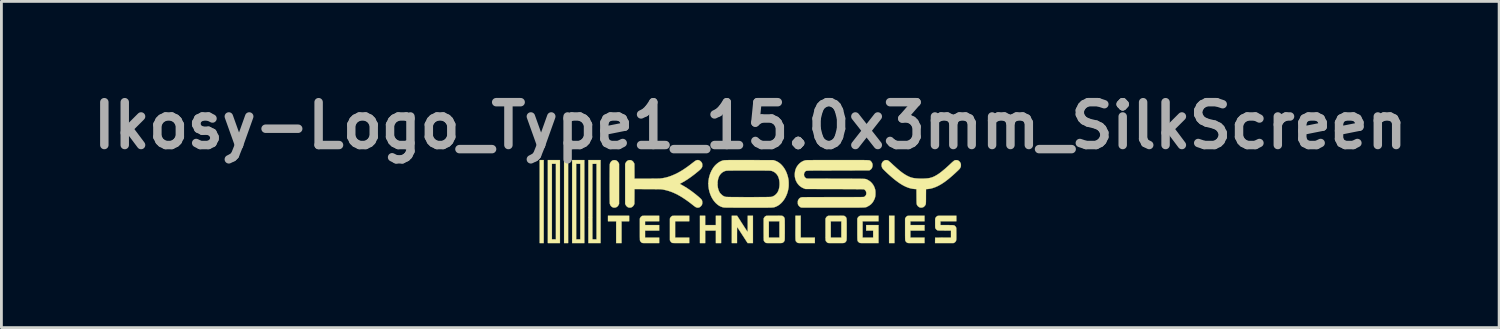
<source format=kicad_pcb>
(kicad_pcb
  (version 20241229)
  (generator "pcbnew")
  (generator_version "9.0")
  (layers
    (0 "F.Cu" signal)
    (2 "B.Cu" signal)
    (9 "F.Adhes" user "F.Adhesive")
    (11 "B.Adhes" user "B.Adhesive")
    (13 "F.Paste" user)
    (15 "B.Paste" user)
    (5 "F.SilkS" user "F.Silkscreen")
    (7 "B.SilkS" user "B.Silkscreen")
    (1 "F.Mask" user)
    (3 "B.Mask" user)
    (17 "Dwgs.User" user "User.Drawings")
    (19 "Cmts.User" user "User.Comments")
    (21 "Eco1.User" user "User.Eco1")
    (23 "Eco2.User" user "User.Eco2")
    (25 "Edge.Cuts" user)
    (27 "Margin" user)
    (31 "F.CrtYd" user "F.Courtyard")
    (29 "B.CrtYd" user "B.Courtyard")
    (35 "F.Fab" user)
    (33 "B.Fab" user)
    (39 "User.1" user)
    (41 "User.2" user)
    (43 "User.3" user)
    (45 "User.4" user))
  (footprint "Ikosy-Logo_Type1_15.0x3mm_SilkScreen"
    (layer "F.Cu")
    (at 23.629 4.118)
    (property "Reference" "Ikosy-Logo_Type1_15.0x3mm_SilkScreen" (at 0 -2.7 0) (layer "F.Fab") (effects (font (size 1.524 1.524) (thickness 0.3))))
    (attr exclude_from_pos_files exclude_from_bom)
    (fp_poly (pts (xy -7.345 1.476) (xy -7.488 1.476) (xy -7.488 -1.476) (xy -7.345 -1.476) (xy -7.345 1.476)) (stroke (width 0.01) (type solid)) (fill yes) (layer "F.SilkS"))
    (fp_poly (pts (xy -6.477 1.476) (xy -6.62 1.476) (xy -6.62 -1.476) (xy -6.477 -1.476) (xy -6.477 1.476)) (stroke (width 0.01) (type solid)) (fill yes) (layer "F.SilkS"))
    (fp_poly (pts (xy 5.128 1.476) (xy 4.937 1.476) (xy 4.937 0.503) (xy 5.128 0.503) (xy 5.128 1.476)) (stroke (width 0.01) (type solid)) (fill yes) (layer "F.SilkS"))
    (fp_poly (pts (xy -4.307 0.699) (xy -4.577 0.699) (xy -4.577 1.476) (xy -4.768 1.476) (xy -4.768 0.699) (xy -5.059 0.699) (xy -5.059 0.503) (xy -4.307 0.503) (xy -4.307 0.699)) (stroke (width 0.01) (type solid)) (fill yes) (layer "F.SilkS"))
    (fp_poly (pts (xy -6.768 1.476) (xy -7.197 1.476) (xy -7.197 -1.344) (xy -7.054 -1.344) (xy -7.054 1.344) (xy -6.911 1.344) (xy -6.911 -1.344) (xy -7.054 -1.344) (xy -7.197 -1.344) (xy -7.197 -1.476) (xy -6.768 -1.476) (xy -6.768 1.476)) (stroke (width 0.01) (type solid)) (fill yes) (layer "F.SilkS"))
    (fp_poly (pts (xy -5.9 1.476) (xy -6.334 1.476) (xy -6.334 -1.344) (xy -6.191 -1.344) (xy -6.191 1.344) (xy -6.043 1.344) (xy -6.043 -1.344) (xy -6.191 -1.344) (xy -6.334 -1.344) (xy -6.334 -1.476) (xy -5.9 -1.476) (xy -5.9 1.476)) (stroke (width 0.01) (type solid)) (fill yes) (layer "F.SilkS"))
    (fp_poly (pts (xy -1.603 0.836) (xy -1.222 0.836) (xy -1.222 0.503) (xy -1.037 0.503) (xy -1.037 1.476) (xy -1.222 1.476) (xy -1.222 1.032) (xy -1.603 1.032) (xy -1.603 1.476) (xy -1.789 1.476) (xy -1.789 0.503) (xy -1.603 0.503) (xy -1.603 0.836)) (stroke (width 0.01) (type solid)) (fill yes) (layer "F.SilkS"))
    (fp_poly (pts (xy -5.323 1.476) (xy -5.757 1.476) (xy -5.757 0.654) (xy -5.614 0.654) (xy -5.613 0.749) (xy -5.613 0.839) (xy -5.613 0.922) (xy -5.613 1) (xy -5.613 1.07) (xy -5.613 1.133) (xy -5.613 1.189) (xy -5.613 1.237) (xy -5.613 1.275) (xy -5.613 1.305) (xy -5.612 1.326) (xy -5.612 1.336) (xy -5.612 1.337) (xy -5.608 1.34) (xy -5.596 1.342) (xy -5.577 1.344) (xy -5.548 1.344) (xy -5.538 1.344) (xy -5.466 1.344) (xy -5.466 -1.344) (xy -5.539 -1.343) (xy -5.612 -1.341) (xy -5.613 -0.005) (xy -5.613 0.113) (xy -5.613 0.228) (xy -5.613 0.341) (xy -5.613 0.449) (xy -5.614 0.554) (xy -5.614 0.654) (xy -5.757 0.654) (xy -5.757 -1.476) (xy -5.323 -1.476) (xy -5.323 1.476)) (stroke (width 0.01) (type solid)) (fill yes) (layer "F.SilkS"))
    (fp_poly (pts (xy -2.17 0.699) (xy -2.672 0.699) (xy -2.672 1.281) (xy -2.17 1.281) (xy -2.17 1.476) (xy -2.462 1.476) (xy -2.528 1.476) (xy -2.584 1.476) (xy -2.631 1.476) (xy -2.67 1.475) (xy -2.702 1.474) (xy -2.726 1.474) (xy -2.745 1.473) (xy -2.759 1.472) (xy -2.769 1.47) (xy -2.775 1.469) (xy -2.801 1.454) (xy -2.824 1.432) (xy -2.843 1.403) (xy -2.845 1.4) (xy -2.857 1.373) (xy -2.857 0.606) (xy -2.845 0.579) (xy -2.829 0.553) (xy -2.806 0.531) (xy -2.782 0.514) (xy -2.768 0.509) (xy -2.759 0.507) (xy -2.743 0.506) (xy -2.718 0.505) (xy -2.685 0.504) (xy -2.643 0.504) (xy -2.591 0.503) (xy -2.53 0.503) (xy -2.459 0.503) (xy -2.17 0.503) (xy -2.17 0.699)) (stroke (width 0.01) (type solid)) (fill yes) (layer "F.SilkS"))
    (fp_poly (pts (xy 1.794 1.281) (xy 2.297 1.281) (xy 2.297 1.476) (xy 2.002 1.476) (xy 1.938 1.476) (xy 1.884 1.476) (xy 1.839 1.476) (xy 1.802 1.476) (xy 1.771 1.475) (xy 1.747 1.475) (xy 1.729 1.474) (xy 1.715 1.473) (xy 1.704 1.472) (xy 1.696 1.47) (xy 1.69 1.468) (xy 1.685 1.467) (xy 1.669 1.457) (xy 1.652 1.443) (xy 1.644 1.434) (xy 1.637 1.427) (xy 1.631 1.421) (xy 1.626 1.415) (xy 1.622 1.408) (xy 1.618 1.4) (xy 1.615 1.391) (xy 1.613 1.378) (xy 1.611 1.362) (xy 1.609 1.343) (xy 1.608 1.318) (xy 1.607 1.288) (xy 1.607 1.251) (xy 1.606 1.208) (xy 1.606 1.157) (xy 1.606 1.098) (xy 1.606 1.03) (xy 1.606 0.952) (xy 1.606 0.939) (xy 1.606 0.505) (xy 1.794 0.502) (xy 1.794 1.281)) (stroke (width 0.01) (type solid)) (fill yes) (layer "F.SilkS"))
    (fp_poly (pts (xy 0.095 1.476) (xy -0.093 1.476) (xy -0.278 1.19) (xy -0.31 1.141) (xy -0.34 1.094) (xy -0.368 1.05) (xy -0.394 1.011) (xy -0.417 0.976) (xy -0.436 0.947) (xy -0.451 0.925) (xy -0.461 0.91) (xy -0.466 0.902) (xy -0.467 0.902) (xy -0.467 0.906) (xy -0.468 0.921) (xy -0.469 0.943) (xy -0.47 0.974) (xy -0.47 1.012) (xy -0.47 1.055) (xy -0.471 1.103) (xy -0.471 1.155) (xy -0.471 1.188) (xy -0.471 1.476) (xy -0.656 1.476) (xy -0.656 0.503) (xy -0.468 0.503) (xy -0.283 0.791) (xy -0.251 0.841) (xy -0.221 0.888) (xy -0.192 0.932) (xy -0.167 0.971) (xy -0.144 1.005) (xy -0.125 1.034) (xy -0.11 1.056) (xy -0.1 1.072) (xy -0.094 1.079) (xy -0.094 1.079) (xy -0.093 1.074) (xy -0.092 1.059) (xy -0.092 1.036) (xy -0.091 1.005) (xy -0.091 0.967) (xy -0.09 0.924) (xy -0.09 0.875) (xy -0.09 0.823) (xy -0.09 0.791) (xy -0.09 0.503) (xy 0.095 0.503) (xy 0.095 1.476)) (stroke (width 0.01) (type solid)) (fill yes) (layer "F.SilkS"))
    (fp_poly (pts (xy -3.239 0.699) (xy -3.741 0.699) (xy -3.741 0.836) (xy -3.239 0.836) (xy -3.239 1.032) (xy -3.741 1.032) (xy -3.741 1.281) (xy -3.239 1.281) (xy -3.239 1.476) (xy -3.534 1.476) (xy -3.597 1.476) (xy -3.651 1.476) (xy -3.696 1.476) (xy -3.733 1.476) (xy -3.764 1.475) (xy -3.788 1.475) (xy -3.806 1.474) (xy -3.82 1.473) (xy -3.831 1.472) (xy -3.839 1.47) (xy -3.845 1.468) (xy -3.85 1.466) (xy -3.871 1.453) (xy -3.891 1.434) (xy -3.908 1.411) (xy -3.919 1.39) (xy -3.92 1.387) (xy -3.921 1.38) (xy -3.923 1.365) (xy -3.924 1.344) (xy -3.924 1.316) (xy -3.925 1.279) (xy -3.926 1.234) (xy -3.926 1.181) (xy -3.926 1.118) (xy -3.926 1.045) (xy -3.926 0.986) (xy -3.926 0.606) (xy -3.914 0.579) (xy -3.898 0.553) (xy -3.875 0.531) (xy -3.85 0.514) (xy -3.837 0.509) (xy -3.828 0.507) (xy -3.811 0.506) (xy -3.787 0.505) (xy -3.754 0.504) (xy -3.712 0.504) (xy -3.66 0.503) (xy -3.599 0.503) (xy -3.528 0.503) (xy -3.239 0.503) (xy -3.239 0.699)) (stroke (width 0.01) (type solid)) (fill yes) (layer "F.SilkS"))
    (fp_poly (pts (xy 6.197 0.699) (xy 5.694 0.699) (xy 5.694 0.836) (xy 6.197 0.836) (xy 6.197 1.032) (xy 5.694 1.032) (xy 5.694 1.281) (xy 6.197 1.281) (xy 6.197 1.476) (xy 5.902 1.476) (xy 5.838 1.476) (xy 5.784 1.476) (xy 5.739 1.476) (xy 5.702 1.476) (xy 5.671 1.475) (xy 5.647 1.475) (xy 5.629 1.474) (xy 5.615 1.473) (xy 5.604 1.472) (xy 5.596 1.47) (xy 5.59 1.468) (xy 5.585 1.466) (xy 5.564 1.453) (xy 5.543 1.433) (xy 5.525 1.411) (xy 5.514 1.389) (xy 5.513 1.389) (xy 5.512 1.383) (xy 5.511 1.374) (xy 5.51 1.361) (xy 5.509 1.343) (xy 5.508 1.32) (xy 5.507 1.291) (xy 5.507 1.256) (xy 5.506 1.213) (xy 5.506 1.161) (xy 5.506 1.101) (xy 5.506 1.032) (xy 5.506 0.987) (xy 5.506 0.606) (xy 5.518 0.581) (xy 5.533 0.558) (xy 5.553 0.536) (xy 5.575 0.519) (xy 5.596 0.509) (xy 5.597 0.508) (xy 5.607 0.507) (xy 5.629 0.506) (xy 5.66 0.505) (xy 5.701 0.504) (xy 5.753 0.503) (xy 5.814 0.503) (xy 5.884 0.503) (xy 5.907 0.503) (xy 6.197 0.503) (xy 6.197 0.699)) (stroke (width 0.01) (type solid)) (fill yes) (layer "F.SilkS"))
    (fp_poly (pts (xy -4.798 -1.472) (xy -4.767 -1.463) (xy -4.76 -1.46) (xy -4.725 -1.435) (xy -4.696 -1.402) (xy -4.679 -1.373) (xy -4.665 -1.341) (xy -4.665 0.082) (xy -4.679 0.112) (xy -4.702 0.15) (xy -4.73 0.18) (xy -4.764 0.201) (xy -4.803 0.213) (xy -4.82 0.215) (xy -4.849 0.215) (xy -4.873 0.211) (xy -4.882 0.208) (xy -4.918 0.189) (xy -4.949 0.163) (xy -4.973 0.129) (xy -4.989 0.089) (xy -4.995 0.066) (xy -4.996 0.056) (xy -4.997 0.036) (xy -4.997 0.008) (xy -4.998 -0.029) (xy -4.999 -0.074) (xy -4.999 -0.125) (xy -5 -0.182) (xy -5 -0.244) (xy -5 -0.31) (xy -5.001 -0.38) (xy -5.001 -0.452) (xy -5.001 -0.526) (xy -5.001 -0.602) (xy -5.001 -0.677) (xy -5.001 -0.752) (xy -5.001 -0.826) (xy -5 -0.898) (xy -5 -0.967) (xy -5 -1.032) (xy -4.999 -1.093) (xy -4.999 -1.148) (xy -4.998 -1.198) (xy -4.998 -1.24) (xy -4.997 -1.275) (xy -4.996 -1.302) (xy -4.996 -1.319) (xy -4.995 -1.326) (xy -4.983 -1.367) (xy -4.963 -1.404) (xy -4.936 -1.435) (xy -4.905 -1.458) (xy -4.896 -1.462) (xy -4.866 -1.471) (xy -4.832 -1.474) (xy -4.798 -1.472)) (stroke (width 0.01) (type solid)) (fill yes) (layer "F.SilkS"))
    (fp_poly (pts (xy 4.561 0.699) (xy 3.995 0.699) (xy 3.995 1.281) (xy 4.371 1.281) (xy 4.371 1.032) (xy 4.122 1.032) (xy 4.122 0.836) (xy 4.561 0.836) (xy 4.561 1.476) (xy 4.235 1.476) (xy 4.167 1.476) (xy 4.11 1.476) (xy 4.061 1.476) (xy 4.021 1.476) (xy 3.988 1.475) (xy 3.961 1.475) (xy 3.94 1.474) (xy 3.924 1.473) (xy 3.911 1.472) (xy 3.902 1.471) (xy 3.895 1.47) (xy 3.89 1.468) (xy 3.887 1.467) (xy 3.871 1.457) (xy 3.854 1.443) (xy 3.845 1.434) (xy 3.838 1.427) (xy 3.832 1.42) (xy 3.827 1.413) (xy 3.822 1.406) (xy 3.819 1.398) (xy 3.816 1.387) (xy 3.813 1.374) (xy 3.811 1.357) (xy 3.81 1.335) (xy 3.809 1.308) (xy 3.808 1.276) (xy 3.808 1.236) (xy 3.807 1.189) (xy 3.807 1.134) (xy 3.807 1.07) (xy 3.807 0.996) (xy 3.807 0.606) (xy 3.82 0.581) (xy 3.836 0.556) (xy 3.857 0.534) (xy 3.881 0.517) (xy 3.899 0.509) (xy 3.907 0.507) (xy 3.923 0.506) (xy 3.945 0.505) (xy 3.976 0.504) (xy 4.014 0.504) (xy 4.062 0.503) (xy 4.119 0.503) (xy 4.185 0.503) (xy 4.241 0.503) (xy 4.561 0.503) (xy 4.561 0.699)) (stroke (width 0.01) (type solid)) (fill yes) (layer "F.SilkS"))
    (fp_poly (pts (xy 7.329 0.699) (xy 6.763 0.699) (xy 6.763 0.836) (xy 6.992 0.836) (xy 7.05 0.836) (xy 7.098 0.837) (xy 7.138 0.837) (xy 7.17 0.838) (xy 7.196 0.839) (xy 7.216 0.84) (xy 7.232 0.843) (xy 7.245 0.846) (xy 7.255 0.849) (xy 7.264 0.854) (xy 7.272 0.86) (xy 7.278 0.864) (xy 7.29 0.876) (xy 7.303 0.893) (xy 7.311 0.906) (xy 7.326 0.934) (xy 7.328 1.14) (xy 7.328 1.206) (xy 7.328 1.261) (xy 7.328 1.305) (xy 7.327 1.338) (xy 7.325 1.362) (xy 7.324 1.373) (xy 7.312 1.405) (xy 7.292 1.433) (xy 7.267 1.456) (xy 7.253 1.463) (xy 7.226 1.476) (xy 6.572 1.476) (xy 6.573 1.38) (xy 6.575 1.283) (xy 6.857 1.282) (xy 7.138 1.28) (xy 7.138 1.032) (xy 6.904 1.031) (xy 6.848 1.03) (xy 6.802 1.03) (xy 6.764 1.03) (xy 6.734 1.029) (xy 6.71 1.028) (xy 6.692 1.028) (xy 6.679 1.026) (xy 6.669 1.025) (xy 6.661 1.023) (xy 6.655 1.021) (xy 6.65 1.018) (xy 6.649 1.018) (xy 6.621 0.998) (xy 6.597 0.97) (xy 6.587 0.953) (xy 6.584 0.946) (xy 6.581 0.939) (xy 6.579 0.931) (xy 6.577 0.92) (xy 6.576 0.906) (xy 6.576 0.887) (xy 6.575 0.862) (xy 6.575 0.83) (xy 6.575 0.788) (xy 6.575 0.767) (xy 6.575 0.722) (xy 6.575 0.685) (xy 6.575 0.657) (xy 6.576 0.635) (xy 6.577 0.619) (xy 6.578 0.607) (xy 6.58 0.598) (xy 6.583 0.591) (xy 6.586 0.584) (xy 6.587 0.581) (xy 6.603 0.557) (xy 6.624 0.535) (xy 6.647 0.518) (xy 6.666 0.509) (xy 6.675 0.507) (xy 6.69 0.506) (xy 6.713 0.505) (xy 6.743 0.504) (xy 6.782 0.504) (xy 6.829 0.503) (xy 6.886 0.503) (xy 6.953 0.503) (xy 7.008 0.503) (xy 7.329 0.503) (xy 7.329 0.699)) (stroke (width 0.01) (type solid)) (fill yes) (layer "F.SilkS"))
    (fp_poly (pts (xy 0.795 0.503) (xy 0.863 0.504) (xy 1.135 0.505) (xy 1.159 0.52) (xy 1.177 0.532) (xy 1.193 0.547) (xy 1.198 0.553) (xy 1.203 0.56) (xy 1.208 0.567) (xy 1.212 0.574) (xy 1.216 0.582) (xy 1.219 0.592) (xy 1.221 0.604) (xy 1.223 0.62) (xy 1.225 0.64) (xy 1.226 0.665) (xy 1.227 0.696) (xy 1.227 0.733) (xy 1.227 0.777) (xy 1.228 0.829) (xy 1.228 0.89) (xy 1.228 0.961) (xy 1.228 0.989) (xy 1.228 1.062) (xy 1.228 1.125) (xy 1.227 1.179) (xy 1.227 1.225) (xy 1.227 1.263) (xy 1.226 1.294) (xy 1.226 1.319) (xy 1.225 1.34) (xy 1.224 1.356) (xy 1.223 1.368) (xy 1.222 1.377) (xy 1.22 1.384) (xy 1.219 1.389) (xy 1.207 1.413) (xy 1.188 1.437) (xy 1.166 1.456) (xy 1.144 1.468) (xy 1.14 1.47) (xy 1.131 1.471) (xy 1.116 1.473) (xy 1.095 1.474) (xy 1.066 1.475) (xy 1.029 1.475) (xy 0.984 1.476) (xy 0.929 1.476) (xy 0.865 1.476) (xy 0.846 1.476) (xy 0.785 1.476) (xy 0.734 1.476) (xy 0.691 1.476) (xy 0.656 1.476) (xy 0.629 1.475) (xy 0.607 1.474) (xy 0.59 1.474) (xy 0.577 1.473) (xy 0.568 1.471) (xy 0.561 1.469) (xy 0.555 1.467) (xy 0.553 1.466) (xy 0.532 1.453) (xy 0.512 1.434) (xy 0.494 1.411) (xy 0.483 1.39) (xy 0.482 1.387) (xy 0.481 1.38) (xy 0.48 1.365) (xy 0.479 1.344) (xy 0.478 1.316) (xy 0.478 1.279) (xy 0.477 1.234) (xy 0.477 1.181) (xy 0.476 1.118) (xy 0.476 1.045) (xy 0.476 0.986) (xy 0.476 0.699) (xy 0.661 0.699) (xy 0.661 1.281) (xy 1.037 1.281) (xy 1.037 0.699) (xy 0.661 0.699) (xy 0.476 0.699) (xy 0.476 0.606) (xy 0.489 0.579) (xy 0.506 0.553) (xy 0.528 0.53) (xy 0.554 0.514) (xy 0.568 0.508) (xy 0.577 0.507) (xy 0.593 0.506) (xy 0.617 0.505) (xy 0.648 0.504) (xy 0.688 0.504) (xy 0.737 0.503) (xy 0.795 0.503)) (stroke (width 0.01) (type solid)) (fill yes) (layer "F.SilkS"))
    (fp_poly (pts (xy 2.989 0.503) (xy 3.055 0.504) (xy 3.064 0.504) (xy 3.336 0.505) (xy 3.361 0.52) (xy 3.378 0.532) (xy 3.394 0.547) (xy 3.399 0.553) (xy 3.405 0.56) (xy 3.41 0.567) (xy 3.414 0.574) (xy 3.417 0.582) (xy 3.42 0.592) (xy 3.423 0.604) (xy 3.424 0.62) (xy 3.426 0.64) (xy 3.427 0.665) (xy 3.428 0.696) (xy 3.428 0.733) (xy 3.429 0.777) (xy 3.429 0.829) (xy 3.429 0.89) (xy 3.429 0.961) (xy 3.429 0.989) (xy 3.429 1.062) (xy 3.429 1.125) (xy 3.429 1.179) (xy 3.429 1.225) (xy 3.428 1.263) (xy 3.428 1.294) (xy 3.427 1.319) (xy 3.426 1.34) (xy 3.426 1.356) (xy 3.425 1.368) (xy 3.423 1.377) (xy 3.422 1.384) (xy 3.42 1.389) (xy 3.408 1.413) (xy 3.39 1.437) (xy 3.368 1.456) (xy 3.345 1.468) (xy 3.341 1.47) (xy 3.332 1.471) (xy 3.318 1.473) (xy 3.296 1.474) (xy 3.267 1.475) (xy 3.231 1.475) (xy 3.185 1.476) (xy 3.131 1.476) (xy 3.066 1.476) (xy 3.047 1.476) (xy 2.986 1.476) (xy 2.935 1.476) (xy 2.892 1.476) (xy 2.858 1.476) (xy 2.83 1.475) (xy 2.808 1.474) (xy 2.791 1.474) (xy 2.779 1.473) (xy 2.769 1.471) (xy 2.762 1.469) (xy 2.756 1.467) (xy 2.754 1.467) (xy 2.733 1.453) (xy 2.712 1.432) (xy 2.693 1.409) (xy 2.684 1.393) (xy 2.683 1.389) (xy 2.681 1.383) (xy 2.68 1.376) (xy 2.679 1.366) (xy 2.678 1.353) (xy 2.677 1.335) (xy 2.676 1.313) (xy 2.676 1.285) (xy 2.675 1.251) (xy 2.675 1.21) (xy 2.675 1.16) (xy 2.675 1.103) (xy 2.675 1.035) (xy 2.675 0.992) (xy 2.675 0.699) (xy 2.863 0.699) (xy 2.863 1.281) (xy 3.239 1.281) (xy 3.239 0.699) (xy 2.863 0.699) (xy 2.675 0.699) (xy 2.675 0.611) (xy 2.688 0.583) (xy 2.704 0.556) (xy 2.726 0.533) (xy 2.751 0.516) (xy 2.769 0.508) (xy 2.778 0.507) (xy 2.793 0.506) (xy 2.816 0.505) (xy 2.846 0.504) (xy 2.885 0.504) (xy 2.932 0.503) (xy 2.989 0.503)) (stroke (width 0.01) (type solid)) (fill yes) (layer "F.SilkS"))
    (fp_poly (pts (xy -1.846 -1.475) (xy -1.813 -1.466) (xy -1.782 -1.447) (xy -1.759 -1.427) (xy -1.734 -1.399) (xy -1.717 -1.371) (xy -1.708 -1.34) (xy -1.705 -1.305) (xy -1.705 -1.283) (xy -1.707 -1.261) (xy -1.71 -1.24) (xy -1.716 -1.221) (xy -1.726 -1.203) (xy -1.739 -1.184) (xy -1.757 -1.163) (xy -1.78 -1.139) (xy -1.81 -1.112) (xy -1.847 -1.08) (xy -1.888 -1.047) (xy -1.996 -0.96) (xy -2.101 -0.881) (xy -2.203 -0.81) (xy -2.305 -0.744) (xy -2.409 -0.683) (xy -2.459 -0.656) (xy -2.478 -0.645) (xy -2.493 -0.637) (xy -2.501 -0.631) (xy -2.503 -0.63) (xy -2.498 -0.626) (xy -2.487 -0.619) (xy -2.469 -0.609) (xy -2.454 -0.601) (xy -2.336 -0.534) (xy -2.217 -0.459) (xy -2.097 -0.376) (xy -1.975 -0.283) (xy -1.879 -0.205) (xy -1.836 -0.17) (xy -1.802 -0.139) (xy -1.774 -0.114) (xy -1.752 -0.092) (xy -1.735 -0.072) (xy -1.723 -0.054) (xy -1.715 -0.036) (xy -1.71 -0.018) (xy -1.707 0.002) (xy -1.705 0.024) (xy -1.706 0.063) (xy -1.712 0.096) (xy -1.724 0.124) (xy -1.745 0.152) (xy -1.759 0.168) (xy -1.79 0.194) (xy -1.822 0.21) (xy -1.856 0.216) (xy -1.881 0.215) (xy -1.901 0.212) (xy -1.919 0.206) (xy -1.939 0.197) (xy -1.962 0.182) (xy -1.99 0.162) (xy -2.019 0.14) (xy -2.132 0.051) (xy -2.24 -0.029) (xy -2.343 -0.1) (xy -2.443 -0.165) (xy -2.54 -0.221) (xy -2.634 -0.271) (xy -2.727 -0.314) (xy -2.818 -0.35) (xy -2.91 -0.381) (xy -3.002 -0.406) (xy -3.095 -0.426) (xy -3.127 -0.432) (xy -3.138 -0.433) (xy -3.15 -0.435) (xy -3.163 -0.436) (xy -3.18 -0.437) (xy -3.199 -0.438) (xy -3.222 -0.439) (xy -3.25 -0.44) (xy -3.284 -0.44) (xy -3.323 -0.441) (xy -3.37 -0.441) (xy -3.424 -0.442) (xy -3.486 -0.442) (xy -3.557 -0.443) (xy -3.639 -0.443) (xy -3.65 -0.443) (xy -4.117 -0.445) (xy -4.118 -0.182) (xy -4.12 0.082) (xy -4.134 0.112) (xy -4.156 0.15) (xy -4.184 0.179) (xy -4.217 0.201) (xy -4.254 0.213) (xy -4.273 0.215) (xy -4.293 0.215) (xy -4.312 0.214) (xy -4.322 0.212) (xy -4.356 0.198) (xy -4.387 0.175) (xy -4.414 0.145) (xy -4.434 0.111) (xy -4.448 0.082) (xy -4.448 -1.341) (xy -4.434 -1.371) (xy -4.411 -1.408) (xy -4.383 -1.439) (xy -4.353 -1.459) (xy -4.336 -1.467) (xy -4.321 -1.471) (xy -4.302 -1.473) (xy -4.284 -1.474) (xy -4.26 -1.473) (xy -4.242 -1.47) (xy -4.227 -1.465) (xy -4.214 -1.459) (xy -4.182 -1.437) (xy -4.154 -1.406) (xy -4.134 -1.371) (xy -4.12 -1.341) (xy -4.118 -1.078) (xy -4.117 -0.815) (xy -3.699 -0.815) (xy -3.629 -0.815) (xy -3.561 -0.815) (xy -3.496 -0.816) (xy -3.435 -0.816) (xy -3.38 -0.817) (xy -3.331 -0.817) (xy -3.288 -0.818) (xy -3.254 -0.819) (xy -3.229 -0.82) (xy -3.214 -0.82) (xy -3.115 -0.832) (xy -3.016 -0.851) (xy -2.916 -0.878) (xy -2.824 -0.91) (xy -2.742 -0.943) (xy -2.661 -0.979) (xy -2.58 -1.019) (xy -2.497 -1.065) (xy -2.413 -1.115) (xy -2.327 -1.172) (xy -2.236 -1.235) (xy -2.14 -1.306) (xy -2.05 -1.376) (xy -2.014 -1.404) (xy -1.984 -1.426) (xy -1.961 -1.443) (xy -1.941 -1.455) (xy -1.925 -1.464) (xy -1.91 -1.469) (xy -1.895 -1.473) (xy -1.882 -1.475) (xy -1.846 -1.475)) (stroke (width 0.01) (type solid)) (fill yes) (layer "F.SilkS"))
    (fp_poly (pts (xy 7.35 -1.473) (xy 7.366 -1.471) (xy 7.381 -1.466) (xy 7.397 -1.458) (xy 7.432 -1.433) (xy 7.461 -1.399) (xy 7.476 -1.371) (xy 7.483 -1.354) (xy 7.488 -1.338) (xy 7.49 -1.319) (xy 7.49 -1.294) (xy 7.49 -1.27) (xy 7.488 -1.252) (xy 7.485 -1.237) (xy 7.478 -1.221) (xy 7.47 -1.205) (xy 7.463 -1.191) (xy 7.455 -1.178) (xy 7.446 -1.166) (xy 7.434 -1.152) (xy 7.418 -1.136) (xy 7.397 -1.115) (xy 7.37 -1.089) (xy 7.364 -1.084) (xy 7.276 -1.001) (xy 7.193 -0.926) (xy 7.115 -0.859) (xy 7.042 -0.798) (xy 6.972 -0.744) (xy 6.906 -0.695) (xy 6.842 -0.652) (xy 6.78 -0.613) (xy 6.719 -0.579) (xy 6.67 -0.553) (xy 6.578 -0.512) (xy 6.489 -0.481) (xy 6.402 -0.459) (xy 6.318 -0.447) (xy 6.302 -0.446) (xy 6.25 -0.443) (xy 6.248 -0.183) (xy 6.248 -0.124) (xy 6.248 -0.074) (xy 6.247 -0.034) (xy 6.247 -0.000296) (xy 6.246 0.026) (xy 6.245 0.047) (xy 6.244 0.063) (xy 6.243 0.076) (xy 6.242 0.085) (xy 6.24 0.093) (xy 6.237 0.1) (xy 6.235 0.107) (xy 6.219 0.136) (xy 6.196 0.164) (xy 6.171 0.187) (xy 6.147 0.201) (xy 6.111 0.212) (xy 6.073 0.215) (xy 6.037 0.21) (xy 6.028 0.207) (xy 5.992 0.189) (xy 5.962 0.163) (xy 5.944 0.141) (xy 5.938 0.131) (xy 5.932 0.122) (xy 5.927 0.113) (xy 5.924 0.102) (xy 5.921 0.09) (xy 5.918 0.074) (xy 5.916 0.054) (xy 5.915 0.029) (xy 5.914 -0.002) (xy 5.913 -0.04) (xy 5.913 -0.086) (xy 5.912 -0.141) (xy 5.912 -0.183) (xy 5.91 -0.443) (xy 5.853 -0.446) (xy 5.774 -0.455) (xy 5.695 -0.471) (xy 5.615 -0.495) (xy 5.533 -0.528) (xy 5.449 -0.569) (xy 5.363 -0.619) (xy 5.274 -0.678) (xy 5.181 -0.747) (xy 5.139 -0.779) (xy 5.1 -0.811) (xy 5.058 -0.846) (xy 5.015 -0.883) (xy 4.972 -0.921) (xy 4.928 -0.96) (xy 4.886 -0.998) (xy 4.846 -1.036) (xy 4.809 -1.071) (xy 4.776 -1.103) (xy 4.747 -1.132) (xy 4.724 -1.156) (xy 4.708 -1.175) (xy 4.7 -1.186) (xy 4.68 -1.227) (xy 4.67 -1.27) (xy 4.669 -1.312) (xy 4.677 -1.353) (xy 4.693 -1.39) (xy 4.718 -1.423) (xy 4.751 -1.45) (xy 4.764 -1.458) (xy 4.78 -1.466) (xy 4.794 -1.471) (xy 4.811 -1.473) (xy 4.834 -1.474) (xy 4.857 -1.473) (xy 4.874 -1.471) (xy 4.888 -1.466) (xy 4.905 -1.458) (xy 4.905 -1.458) (xy 4.918 -1.449) (xy 4.937 -1.434) (xy 4.96 -1.415) (xy 4.985 -1.393) (xy 5.003 -1.377) (xy 5.08 -1.304) (xy 5.152 -1.239) (xy 5.217 -1.18) (xy 5.278 -1.128) (xy 5.334 -1.082) (xy 5.387 -1.041) (xy 5.436 -1.005) (xy 5.484 -0.974) (xy 5.529 -0.945) (xy 5.574 -0.92) (xy 5.601 -0.907) (xy 5.646 -0.885) (xy 5.689 -0.868) (xy 5.732 -0.854) (xy 5.775 -0.842) (xy 5.822 -0.834) (xy 5.874 -0.827) (xy 5.934 -0.822) (xy 5.974 -0.82) (xy 6.029 -0.817) (xy 6.087 -0.817) (xy 6.147 -0.817) (xy 6.205 -0.819) (xy 6.26 -0.823) (xy 6.31 -0.827) (xy 6.352 -0.833) (xy 6.372 -0.836) (xy 6.42 -0.848) (xy 6.468 -0.863) (xy 6.516 -0.882) (xy 6.566 -0.906) (xy 6.618 -0.935) (xy 6.673 -0.969) (xy 6.73 -1.008) (xy 6.791 -1.054) (xy 6.855 -1.106) (xy 6.925 -1.164) (xy 6.999 -1.23) (xy 7.079 -1.303) (xy 7.165 -1.384) (xy 7.189 -1.405) (xy 7.212 -1.425) (xy 7.233 -1.442) (xy 7.25 -1.455) (xy 7.255 -1.458) (xy 7.272 -1.466) (xy 7.286 -1.471) (xy 7.303 -1.473) (xy 7.326 -1.474) (xy 7.326 -1.474) (xy 7.35 -1.473)) (stroke (width 0.01) (type solid)) (fill yes) (layer "F.SilkS"))
    (fp_poly (pts (xy -0.396 -1.476) (xy -0.306 -1.476) (xy -0.207 -1.475) (xy -0.099 -1.475) (xy -0.034 -1.475) (xy 0.818 -1.474) (xy 0.86 -1.462) (xy 0.927 -1.437) (xy 0.992 -1.403) (xy 1.053 -1.36) (xy 1.11 -1.308) (xy 1.163 -1.248) (xy 1.211 -1.181) (xy 1.254 -1.107) (xy 1.291 -1.028) (xy 1.321 -0.942) (xy 1.336 -0.89) (xy 1.347 -0.842) (xy 1.356 -0.8) (xy 1.362 -0.76) (xy 1.365 -0.718) (xy 1.367 -0.672) (xy 1.367 -0.63) (xy 1.367 -0.578) (xy 1.365 -0.533) (xy 1.361 -0.492) (xy 1.354 -0.452) (xy 1.345 -0.409) (xy 1.336 -0.368) (xy 1.31 -0.284) (xy 1.278 -0.205) (xy 1.24 -0.129) (xy 1.196 -0.06) (xy 1.147 0.004) (xy 1.094 0.06) (xy 1.037 0.109) (xy 0.977 0.149) (xy 0.915 0.18) (xy 0.9 0.185) (xy 0.889 0.189) (xy 0.879 0.193) (xy 0.87 0.196) (xy 0.86 0.199) (xy 0.849 0.202) (xy 0.837 0.205) (xy 0.824 0.207) (xy 0.809 0.209) (xy 0.79 0.21) (xy 0.769 0.212) (xy 0.744 0.213) (xy 0.714 0.214) (xy 0.68 0.215) (xy 0.64 0.215) (xy 0.595 0.216) (xy 0.543 0.216) (xy 0.485 0.216) (xy 0.419 0.217) (xy 0.346 0.217) (xy 0.264 0.217) (xy 0.173 0.217) (xy 0.072 0.217) (xy -0.038 0.216) (xy -0.071 0.216) (xy -0.186 0.216) (xy -0.291 0.216) (xy -0.387 0.216) (xy -0.473 0.216) (xy -0.551 0.216) (xy -0.62 0.215) (xy -0.681 0.215) (xy -0.734 0.215) (xy -0.78 0.214) (xy -0.82 0.214) (xy -0.853 0.213) (xy -0.881 0.213) (xy -0.903 0.212) (xy -0.921 0.211) (xy -0.933 0.21) (xy -0.942 0.21) (xy -0.945 0.209) (xy -1.005 0.194) (xy -1.062 0.172) (xy -1.116 0.142) (xy -1.169 0.103) (xy -1.223 0.055) (xy -1.243 0.034) (xy -1.298 -0.031) (xy -1.347 -0.104) (xy -1.389 -0.183) (xy -1.425 -0.27) (xy -1.454 -0.361) (xy -1.475 -0.456) (xy -1.487 -0.55) (xy -1.49 -0.631) (xy -1.163 -0.631) (xy -1.16 -0.559) (xy -1.15 -0.489) (xy -1.133 -0.424) (xy -1.109 -0.364) (xy -1.107 -0.36) (xy -1.095 -0.336) (xy -1.083 -0.316) (xy -1.068 -0.297) (xy -1.05 -0.277) (xy -1.035 -0.262) (xy -0.995 -0.225) (xy -0.955 -0.198) (xy -0.914 -0.179) (xy -0.873 -0.167) (xy -0.862 -0.166) (xy -0.842 -0.165) (xy -0.812 -0.164) (xy -0.774 -0.163) (xy -0.729 -0.162) (xy -0.676 -0.161) (xy -0.618 -0.161) (xy -0.553 -0.16) (xy -0.484 -0.16) (xy -0.412 -0.159) (xy -0.336 -0.159) (xy -0.257 -0.159) (xy -0.177 -0.158) (xy -0.095 -0.158) (xy -0.014 -0.158) (xy 0.068 -0.158) (xy 0.148 -0.159) (xy 0.226 -0.159) (xy 0.301 -0.159) (xy 0.373 -0.16) (xy 0.441 -0.16) (xy 0.505 -0.161) (xy 0.562 -0.161) (xy 0.613 -0.162) (xy 0.658 -0.163) (xy 0.694 -0.164) (xy 0.722 -0.165) (xy 0.741 -0.166) (xy 0.748 -0.167) (xy 0.802 -0.183) (xy 0.853 -0.21) (xy 0.899 -0.245) (xy 0.94 -0.287) (xy 0.975 -0.337) (xy 0.987 -0.36) (xy 1.01 -0.416) (xy 1.027 -0.479) (xy 1.038 -0.547) (xy 1.042 -0.616) (xy 1.04 -0.687) (xy 1.032 -0.755) (xy 1.017 -0.821) (xy 0.996 -0.881) (xy 0.986 -0.902) (xy 0.954 -0.955) (xy 0.915 -1) (xy 0.869 -1.039) (xy 0.818 -1.069) (xy 0.762 -1.09) (xy 0.747 -1.094) (xy 0.741 -1.095) (xy 0.735 -1.096) (xy 0.727 -1.097) (xy 0.717 -1.098) (xy 0.705 -1.099) (xy 0.691 -1.1) (xy 0.673 -1.101) (xy 0.651 -1.101) (xy 0.624 -1.102) (xy 0.593 -1.102) (xy 0.557 -1.102) (xy 0.514 -1.103) (xy 0.465 -1.103) (xy 0.408 -1.103) (xy 0.345 -1.103) (xy 0.273 -1.103) (xy 0.192 -1.103) (xy 0.102 -1.103) (xy 0.003 -1.103) (xy -0.061 -1.103) (xy -0.166 -1.103) (xy -0.262 -1.103) (xy -0.348 -1.103) (xy -0.425 -1.103) (xy -0.494 -1.103) (xy -0.554 -1.103) (xy -0.607 -1.103) (xy -0.654 -1.102) (xy -0.694 -1.102) (xy -0.728 -1.102) (xy -0.757 -1.101) (xy -0.782 -1.101) (xy -0.802 -1.1) (xy -0.819 -1.1) (xy -0.832 -1.099) (xy -0.843 -1.098) (xy -0.852 -1.097) (xy -0.859 -1.096) (xy -0.866 -1.094) (xy -0.869 -1.094) (xy -0.926 -1.075) (xy -0.978 -1.047) (xy -1.025 -1.011) (xy -1.066 -0.966) (xy -1.1 -0.914) (xy -1.109 -0.897) (xy -1.133 -0.838) (xy -1.149 -0.772) (xy -1.16 -0.703) (xy -1.163 -0.631) (xy -1.49 -0.631) (xy -1.491 -0.643) (xy -1.485 -0.737) (xy -1.47 -0.832) (xy -1.447 -0.925) (xy -1.415 -1.016) (xy -1.376 -1.102) (xy -1.329 -1.182) (xy -1.301 -1.223) (xy -1.261 -1.272) (xy -1.216 -1.318) (xy -1.167 -1.36) (xy -1.117 -1.396) (xy -1.066 -1.425) (xy -1.023 -1.444) (xy -1.012 -1.448) (xy -1.002 -1.452) (xy -0.992 -1.456) (xy -0.982 -1.459) (xy -0.971 -1.461) (xy -0.96 -1.464) (xy -0.947 -1.466) (xy -0.931 -1.468) (xy -0.913 -1.47) (xy -0.892 -1.471) (xy -0.867 -1.472) (xy -0.838 -1.473) (xy -0.805 -1.474) (xy -0.766 -1.475) (xy -0.721 -1.475) (xy -0.671 -1.475) (xy -0.613 -1.476) (xy -0.549 -1.476) (xy -0.476 -1.476) (xy -0.396 -1.476)) (stroke (width 0.01) (type solid)) (fill yes) (layer "F.SilkS"))
    (fp_poly (pts (xy 3.657 -1.476) (xy 3.74 -1.476) (xy 3.814 -1.476) (xy 3.881 -1.476) (xy 3.941 -1.476) (xy 3.994 -1.475) (xy 4.041 -1.475) (xy 4.082 -1.474) (xy 4.117 -1.473) (xy 4.147 -1.473) (xy 4.173 -1.471) (xy 4.195 -1.47) (xy 4.213 -1.469) (xy 4.228 -1.467) (xy 4.239 -1.465) (xy 4.249 -1.463) (xy 4.256 -1.46) (xy 4.262 -1.458) (xy 4.267 -1.455) (xy 4.27 -1.451) (xy 4.274 -1.448) (xy 4.278 -1.444) (xy 4.282 -1.44) (xy 4.284 -1.438) (xy 4.315 -1.405) (xy 4.335 -1.368) (xy 4.347 -1.326) (xy 4.349 -1.279) (xy 4.349 -1.276) (xy 4.341 -1.231) (xy 4.325 -1.191) (xy 4.302 -1.158) (xy 4.27 -1.131) (xy 4.259 -1.124) (xy 4.231 -1.109) (xy 3.122 -1.106) (xy 2.993 -1.106) (xy 2.875 -1.105) (xy 2.766 -1.105) (xy 2.666 -1.105) (xy 2.575 -1.105) (xy 2.493 -1.104) (xy 2.419 -1.104) (xy 2.352 -1.104) (xy 2.292 -1.103) (xy 2.24 -1.103) (xy 2.193 -1.102) (xy 2.152 -1.102) (xy 2.117 -1.101) (xy 2.087 -1.1) (xy 2.062 -1.099) (xy 2.04 -1.098) (xy 2.023 -1.097) (xy 2.008 -1.095) (xy 1.997 -1.093) (xy 1.988 -1.091) (xy 1.981 -1.089) (xy 1.975 -1.087) (xy 1.971 -1.084) (xy 1.968 -1.081) (xy 1.965 -1.078) (xy 1.961 -1.074) (xy 1.958 -1.07) (xy 1.955 -1.068) (xy 1.932 -1.041) (xy 1.917 -1.007) (xy 1.911 -0.968) (xy 1.91 -0.96) (xy 1.915 -0.92) (xy 1.929 -0.886) (xy 1.951 -0.856) (xy 1.983 -0.832) (xy 1.984 -0.832) (xy 2.008 -0.818) (xy 3.037 -0.815) (xy 3.162 -0.815) (xy 3.276 -0.814) (xy 3.38 -0.814) (xy 3.475 -0.814) (xy 3.562 -0.814) (xy 3.64 -0.813) (xy 3.71 -0.813) (xy 3.773 -0.813) (xy 3.829 -0.812) (xy 3.878 -0.812) (xy 3.922 -0.811) (xy 3.96 -0.81) (xy 3.992 -0.809) (xy 4.021 -0.808) (xy 4.045 -0.807) (xy 4.065 -0.806) (xy 4.082 -0.804) (xy 4.096 -0.802) (xy 4.108 -0.8) (xy 4.118 -0.798) (xy 4.126 -0.795) (xy 4.134 -0.792) (xy 4.141 -0.789) (xy 4.148 -0.786) (xy 4.155 -0.782) (xy 4.163 -0.778) (xy 4.169 -0.775) (xy 4.23 -0.74) (xy 4.285 -0.698) (xy 4.333 -0.647) (xy 4.375 -0.589) (xy 4.409 -0.525) (xy 4.434 -0.455) (xy 4.438 -0.44) (xy 4.444 -0.419) (xy 4.447 -0.4) (xy 4.45 -0.38) (xy 4.451 -0.357) (xy 4.452 -0.329) (xy 4.452 -0.302) (xy 4.452 -0.253) (xy 4.449 -0.213) (xy 4.444 -0.177) (xy 4.436 -0.144) (xy 4.425 -0.109) (xy 4.417 -0.09) (xy 4.384 -0.022) (xy 4.345 0.038) (xy 4.299 0.089) (xy 4.246 0.132) (xy 4.187 0.167) (xy 4.183 0.169) (xy 4.173 0.174) (xy 4.164 0.179) (xy 4.156 0.183) (xy 4.149 0.187) (xy 4.141 0.191) (xy 4.133 0.194) (xy 4.124 0.197) (xy 4.114 0.2) (xy 4.102 0.202) (xy 4.088 0.204) (xy 4.071 0.206) (xy 4.052 0.208) (xy 4.028 0.209) (xy 4.001 0.21) (xy 3.969 0.211) (xy 3.933 0.212) (xy 3.891 0.213) (xy 3.844 0.213) (xy 3.79 0.214) (xy 3.73 0.214) (xy 3.662 0.214) (xy 3.588 0.215) (xy 3.505 0.215) (xy 3.414 0.215) (xy 3.314 0.215) (xy 3.205 0.215) (xy 3.087 0.215) (xy 2.958 0.215) (xy 2.945 0.215) (xy 2.837 0.215) (xy 2.731 0.215) (xy 2.629 0.215) (xy 2.531 0.215) (xy 2.437 0.215) (xy 2.347 0.215) (xy 2.263 0.215) (xy 2.184 0.215) (xy 2.112 0.215) (xy 2.046 0.214) (xy 1.987 0.214) (xy 1.937 0.214) (xy 1.894 0.213) (xy 1.86 0.213) (xy 1.835 0.213) (xy 1.82 0.212) (xy 1.815 0.212) (xy 1.779 0.196) (xy 1.747 0.171) (xy 1.719 0.141) (xy 1.703 0.112) (xy 1.697 0.098) (xy 1.693 0.083) (xy 1.692 0.064) (xy 1.691 0.038) (xy 1.691 0.032) (xy 1.691 0.006) (xy 1.692 -0.012) (xy 1.695 -0.027) (xy 1.699 -0.04) (xy 1.707 -0.056) (xy 1.708 -0.059) (xy 1.731 -0.096) (xy 1.759 -0.124) (xy 1.794 -0.143) (xy 1.835 -0.154) (xy 1.844 -0.154) (xy 1.863 -0.155) (xy 1.892 -0.155) (xy 1.93 -0.156) (xy 1.977 -0.156) (xy 2.034 -0.157) (xy 2.098 -0.157) (xy 2.171 -0.157) (xy 2.252 -0.158) (xy 2.34 -0.158) (xy 2.435 -0.158) (xy 2.536 -0.158) (xy 2.644 -0.159) (xy 2.758 -0.159) (xy 2.877 -0.159) (xy 2.947 -0.159) (xy 3.074 -0.159) (xy 3.189 -0.159) (xy 3.296 -0.159) (xy 3.392 -0.159) (xy 3.481 -0.159) (xy 3.56 -0.159) (xy 3.632 -0.159) (xy 3.696 -0.159) (xy 3.753 -0.16) (xy 3.803 -0.16) (xy 3.848 -0.16) (xy 3.886 -0.16) (xy 3.919 -0.161) (xy 3.947 -0.161) (xy 3.97 -0.162) (xy 3.99 -0.162) (xy 4.006 -0.163) (xy 4.018 -0.163) (xy 4.028 -0.164) (xy 4.036 -0.165) (xy 4.042 -0.166) (xy 4.046 -0.167) (xy 4.049 -0.168) (xy 4.051 -0.169) (xy 4.075 -0.184) (xy 4.097 -0.207) (xy 4.114 -0.234) (xy 4.12 -0.245) (xy 4.126 -0.274) (xy 4.127 -0.307) (xy 4.122 -0.34) (xy 4.112 -0.368) (xy 4.11 -0.372) (xy 4.093 -0.395) (xy 4.072 -0.416) (xy 4.051 -0.432) (xy 4.044 -0.436) (xy 4.039 -0.436) (xy 4.029 -0.437) (xy 4.014 -0.438) (xy 3.993 -0.439) (xy 3.965 -0.439) (xy 3.931 -0.44) (xy 3.889 -0.44) (xy 3.841 -0.441) (xy 3.785 -0.441) (xy 3.72 -0.442) (xy 3.648 -0.442) (xy 3.567 -0.443) (xy 3.477 -0.443) (xy 3.378 -0.443) (xy 3.27 -0.444) (xy 3.151 -0.444) (xy 3.022 -0.444) (xy 2.998 -0.445) (xy 1.966 -0.447) (xy 1.929 -0.46) (xy 1.861 -0.488) (xy 1.799 -0.525) (xy 1.744 -0.569) (xy 1.696 -0.622) (xy 1.656 -0.681) (xy 1.623 -0.747) (xy 1.607 -0.791) (xy 1.593 -0.845) (xy 1.585 -0.9) (xy 1.583 -0.959) (xy 1.584 -0.989) (xy 1.591 -1.061) (xy 1.607 -1.128) (xy 1.631 -1.192) (xy 1.665 -1.253) (xy 1.673 -1.265) (xy 1.715 -1.319) (xy 1.763 -1.366) (xy 1.816 -1.406) (xy 1.873 -1.438) (xy 1.932 -1.46) (xy 1.979 -1.471) (xy 1.989 -1.471) (xy 2.008 -1.472) (xy 2.038 -1.473) (xy 2.077 -1.473) (xy 2.126 -1.474) (xy 2.186 -1.474) (xy 2.255 -1.475) (xy 2.335 -1.475) (xy 2.425 -1.476) (xy 2.525 -1.476) (xy 2.636 -1.476) (xy 2.757 -1.476) (xy 2.888 -1.476) (xy 3.03 -1.476) (xy 3.11 -1.476) (xy 3.239 -1.476) (xy 3.357 -1.476) (xy 3.466 -1.476) (xy 3.566 -1.476) (xy 3.657 -1.476)) (stroke (width 0.01) (type solid)) (fill yes) (layer "F.SilkS")))
  (gr_rect
    (start -3 -3)
    (end 50.259 8.599)
    (stroke (width 0.1) (type default))
    (fill no)
    (layer "Edge.Cuts")))
</source>
